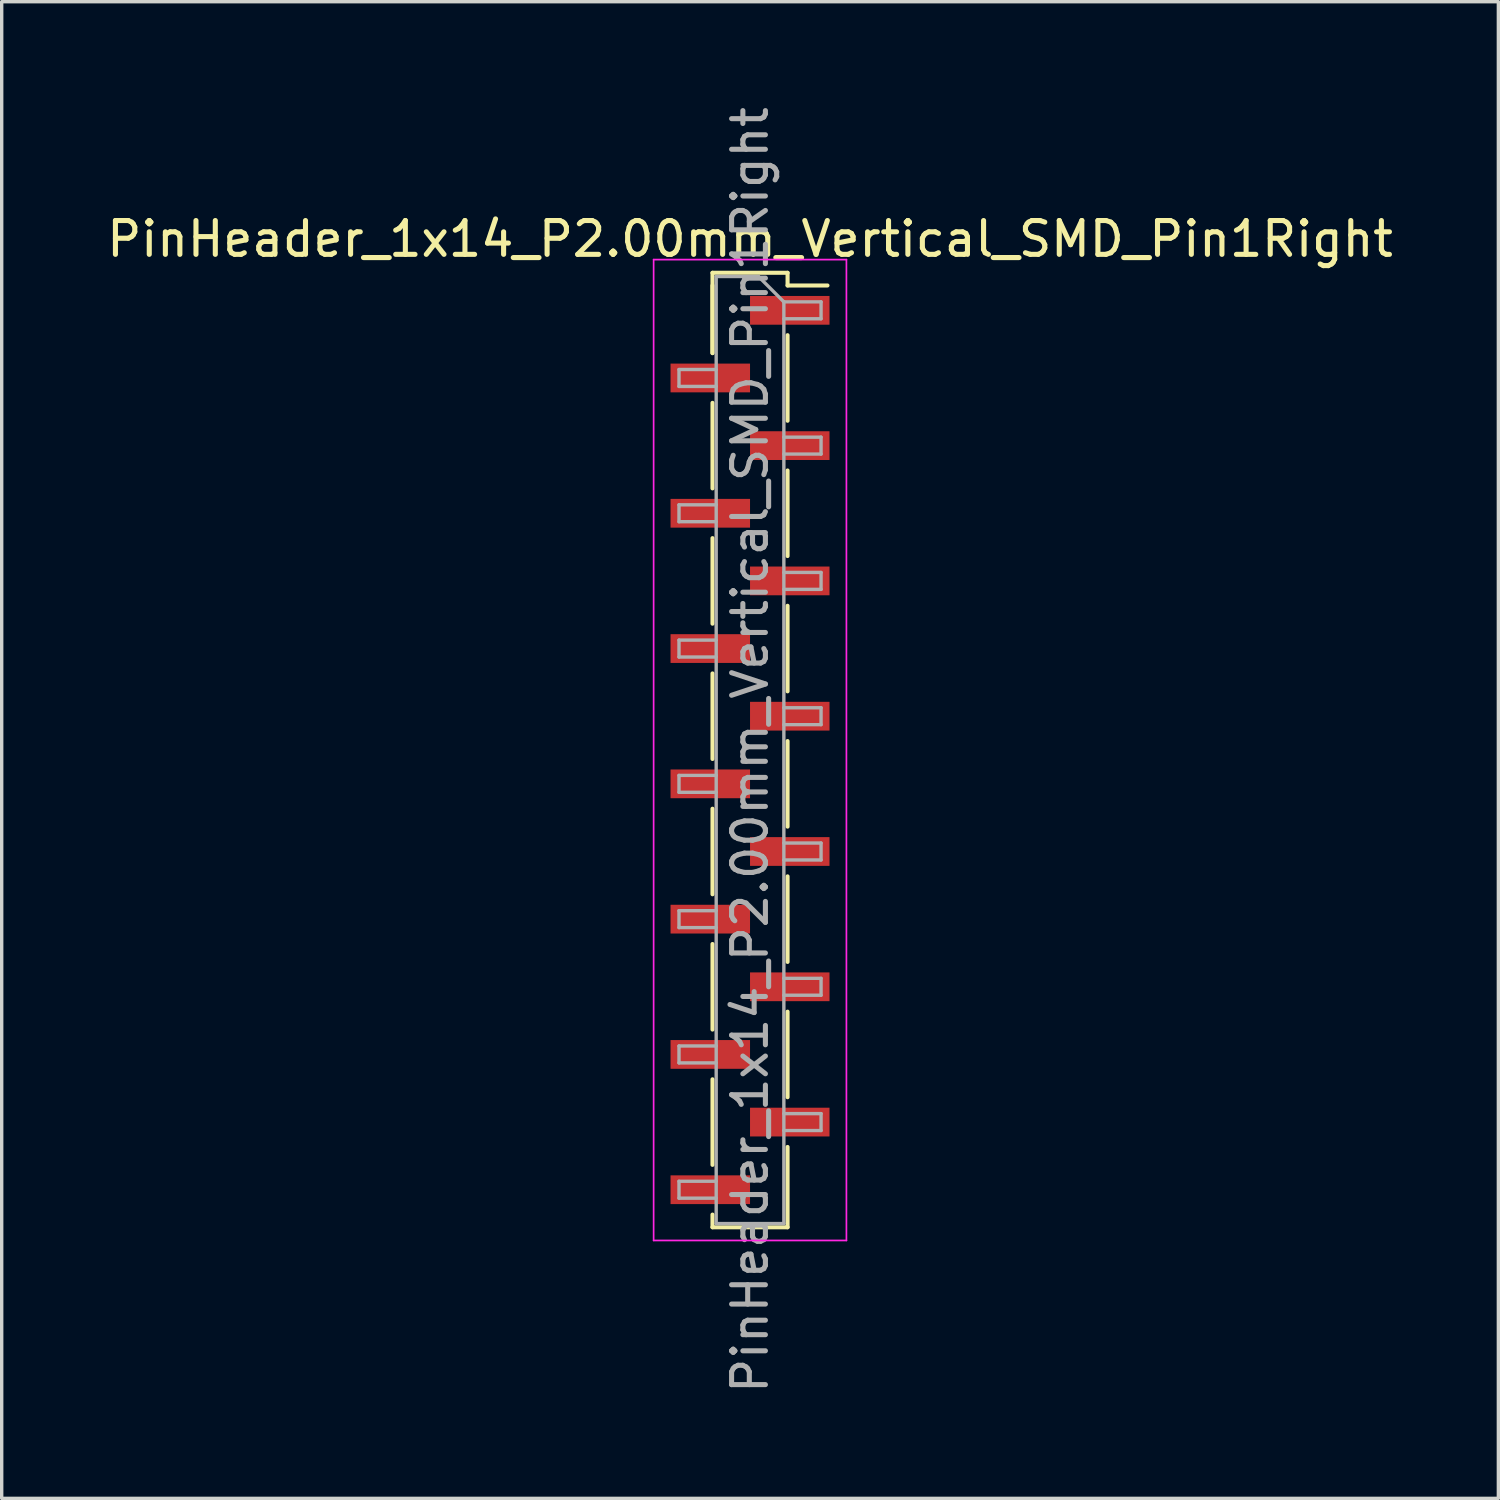
<source format=kicad_pcb>
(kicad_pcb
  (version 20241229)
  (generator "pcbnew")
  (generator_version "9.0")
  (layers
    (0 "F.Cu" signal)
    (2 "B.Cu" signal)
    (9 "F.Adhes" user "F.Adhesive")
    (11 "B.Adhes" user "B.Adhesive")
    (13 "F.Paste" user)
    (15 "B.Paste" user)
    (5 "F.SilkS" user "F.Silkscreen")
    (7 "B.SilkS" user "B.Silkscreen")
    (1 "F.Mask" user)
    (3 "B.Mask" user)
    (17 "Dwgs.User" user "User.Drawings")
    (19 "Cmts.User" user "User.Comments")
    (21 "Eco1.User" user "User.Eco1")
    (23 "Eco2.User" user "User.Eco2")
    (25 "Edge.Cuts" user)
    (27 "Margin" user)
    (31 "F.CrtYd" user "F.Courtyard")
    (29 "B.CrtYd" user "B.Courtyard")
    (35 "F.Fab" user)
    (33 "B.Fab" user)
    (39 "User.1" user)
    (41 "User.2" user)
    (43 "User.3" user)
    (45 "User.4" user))
  (footprint "PinHeader_1x14_P2.00mm_Vertical_SMD_Pin1Right"
    (layer "F.Cu")
    (at 19.125 19.125)
    (property "Reference" "PinHeader_1x14_P2.00mm_Vertical_SMD_Pin1Right" (at 0 -15.11 0) (layer "F.SilkS") (effects (font (size 1 1) (thickness 0.15))))
    (attr smd)
    (fp_line (start -1.11 -14.11) (end -1.11 -11.735) (stroke (width 0.12) (type solid)) (layer "F.SilkS"))
    (fp_line (start -1.11 -14.11) (end 1.11 -14.11) (stroke (width 0.12) (type solid)) (layer "F.SilkS"))
    (fp_line (start -1.11 -13.735) (end -1.11 -11.735) (stroke (width 0.12) (type solid)) (layer "F.SilkS"))
    (fp_line (start -1.11 -10.265) (end -1.11 -7.735) (stroke (width 0.12) (type solid)) (layer "F.SilkS"))
    (fp_line (start -1.11 -6.265) (end -1.11 -3.735) (stroke (width 0.12) (type solid)) (layer "F.SilkS"))
    (fp_line (start -1.11 -2.265) (end -1.11 0.265) (stroke (width 0.12) (type solid)) (layer "F.SilkS"))
    (fp_line (start -1.11 1.735) (end -1.11 4.265) (stroke (width 0.12) (type solid)) (layer "F.SilkS"))
    (fp_line (start -1.11 5.735) (end -1.11 8.265) (stroke (width 0.12) (type solid)) (layer "F.SilkS"))
    (fp_line (start -1.11 9.735) (end -1.11 12.265) (stroke (width 0.12) (type solid)) (layer "F.SilkS"))
    (fp_line (start -1.11 13.735) (end -1.11 14.11) (stroke (width 0.12) (type solid)) (layer "F.SilkS"))
    (fp_line (start -1.11 14.11) (end 1.11 14.11) (stroke (width 0.12) (type solid)) (layer "F.SilkS"))
    (fp_line (start 1.11 -14.11) (end 1.11 -13.735) (stroke (width 0.12) (type solid)) (layer "F.SilkS"))
    (fp_line (start 1.11 -13.735) (end 2.29 -13.735) (stroke (width 0.12) (type solid)) (layer "F.SilkS"))
    (fp_line (start 1.11 -12.265) (end 1.11 -9.735) (stroke (width 0.12) (type solid)) (layer "F.SilkS"))
    (fp_line (start 1.11 -8.265) (end 1.11 -5.735) (stroke (width 0.12) (type solid)) (layer "F.SilkS"))
    (fp_line (start 1.11 -4.265) (end 1.11 -1.735) (stroke (width 0.12) (type solid)) (layer "F.SilkS"))
    (fp_line (start 1.11 -0.265) (end 1.11 2.265) (stroke (width 0.12) (type solid)) (layer "F.SilkS"))
    (fp_line (start 1.11 3.735) (end 1.11 6.265) (stroke (width 0.12) (type solid)) (layer "F.SilkS"))
    (fp_line (start 1.11 7.735) (end 1.11 10.265) (stroke (width 0.12) (type solid)) (layer "F.SilkS"))
    (fp_line (start 1.11 11.735) (end 1.11 14.11) (stroke (width 0.12) (type solid)) (layer "F.SilkS"))
    (fp_line (start -2.85 -14.5) (end -2.85 14.5) (stroke (width 0.05) (type solid)) (layer "F.CrtYd"))
    (fp_line (start -2.85 14.5) (end 2.85 14.5) (stroke (width 0.05) (type solid)) (layer "F.CrtYd"))
    (fp_line (start 2.85 -14.5) (end -2.85 -14.5) (stroke (width 0.05) (type solid)) (layer "F.CrtYd"))
    (fp_line (start 2.85 14.5) (end 2.85 -14.5) (stroke (width 0.05) (type solid)) (layer "F.CrtYd"))
    (fp_line (start -2.1 -11.25) (end -2.1 -10.75) (stroke (width 0.1) (type solid)) (layer "F.Fab"))
    (fp_line (start -2.1 -10.75) (end -1 -10.75) (stroke (width 0.1) (type solid)) (layer "F.Fab"))
    (fp_line (start -2.1 -7.25) (end -2.1 -6.75) (stroke (width 0.1) (type solid)) (layer "F.Fab"))
    (fp_line (start -2.1 -6.75) (end -1 -6.75) (stroke (width 0.1) (type solid)) (layer "F.Fab"))
    (fp_line (start -2.1 -3.25) (end -2.1 -2.75) (stroke (width 0.1) (type solid)) (layer "F.Fab"))
    (fp_line (start -2.1 -2.75) (end -1 -2.75) (stroke (width 0.1) (type solid)) (layer "F.Fab"))
    (fp_line (start -2.1 0.75) (end -2.1 1.25) (stroke (width 0.1) (type solid)) (layer "F.Fab"))
    (fp_line (start -2.1 1.25) (end -1 1.25) (stroke (width 0.1) (type solid)) (layer "F.Fab"))
    (fp_line (start -2.1 4.75) (end -2.1 5.25) (stroke (width 0.1) (type solid)) (layer "F.Fab"))
    (fp_line (start -2.1 5.25) (end -1 5.25) (stroke (width 0.1) (type solid)) (layer "F.Fab"))
    (fp_line (start -2.1 8.75) (end -2.1 9.25) (stroke (width 0.1) (type solid)) (layer "F.Fab"))
    (fp_line (start -2.1 9.25) (end -1 9.25) (stroke (width 0.1) (type solid)) (layer "F.Fab"))
    (fp_line (start -2.1 12.75) (end -2.1 13.25) (stroke (width 0.1) (type solid)) (layer "F.Fab"))
    (fp_line (start -2.1 13.25) (end -1 13.25) (stroke (width 0.1) (type solid)) (layer "F.Fab"))
    (fp_line (start -1 -14) (end -1 14) (stroke (width 0.1) (type solid)) (layer "F.Fab"))
    (fp_line (start -1 -14) (end 0.25 -14) (stroke (width 0.1) (type solid)) (layer "F.Fab"))
    (fp_line (start -1 -11.25) (end -2.1 -11.25) (stroke (width 0.1) (type solid)) (layer "F.Fab"))
    (fp_line (start -1 -7.25) (end -2.1 -7.25) (stroke (width 0.1) (type solid)) (layer "F.Fab"))
    (fp_line (start -1 -3.25) (end -2.1 -3.25) (stroke (width 0.1) (type solid)) (layer "F.Fab"))
    (fp_line (start -1 0.75) (end -2.1 0.75) (stroke (width 0.1) (type solid)) (layer "F.Fab"))
    (fp_line (start -1 4.75) (end -2.1 4.75) (stroke (width 0.1) (type solid)) (layer "F.Fab"))
    (fp_line (start -1 8.75) (end -2.1 8.75) (stroke (width 0.1) (type solid)) (layer "F.Fab"))
    (fp_line (start -1 12.75) (end -2.1 12.75) (stroke (width 0.1) (type solid)) (layer "F.Fab"))
    (fp_line (start 1 -13.25) (end 0.25 -14) (stroke (width 0.1) (type solid)) (layer "F.Fab"))
    (fp_line (start 1 -13.25) (end 2.1 -13.25) (stroke (width 0.1) (type solid)) (layer "F.Fab"))
    (fp_line (start 1 -9.25) (end 2.1 -9.25) (stroke (width 0.1) (type solid)) (layer "F.Fab"))
    (fp_line (start 1 -5.25) (end 2.1 -5.25) (stroke (width 0.1) (type solid)) (layer "F.Fab"))
    (fp_line (start 1 -1.25) (end 2.1 -1.25) (stroke (width 0.1) (type solid)) (layer "F.Fab"))
    (fp_line (start 1 2.75) (end 2.1 2.75) (stroke (width 0.1) (type solid)) (layer "F.Fab"))
    (fp_line (start 1 6.75) (end 2.1 6.75) (stroke (width 0.1) (type solid)) (layer "F.Fab"))
    (fp_line (start 1 10.75) (end 2.1 10.75) (stroke (width 0.1) (type solid)) (layer "F.Fab"))
    (fp_line (start 1 14) (end -1 14) (stroke (width 0.1) (type solid)) (layer "F.Fab"))
    (fp_line (start 1 14) (end 1 -13.25) (stroke (width 0.1) (type solid)) (layer "F.Fab"))
    (fp_line (start 2.1 -13.25) (end 2.1 -12.75) (stroke (width 0.1) (type solid)) (layer "F.Fab"))
    (fp_line (start 2.1 -12.75) (end 1 -12.75) (stroke (width 0.1) (type solid)) (layer "F.Fab"))
    (fp_line (start 2.1 -9.25) (end 2.1 -8.75) (stroke (width 0.1) (type solid)) (layer "F.Fab"))
    (fp_line (start 2.1 -8.75) (end 1 -8.75) (stroke (width 0.1) (type solid)) (layer "F.Fab"))
    (fp_line (start 2.1 -5.25) (end 2.1 -4.75) (stroke (width 0.1) (type solid)) (layer "F.Fab"))
    (fp_line (start 2.1 -4.75) (end 1 -4.75) (stroke (width 0.1) (type solid)) (layer "F.Fab"))
    (fp_line (start 2.1 -1.25) (end 2.1 -0.75) (stroke (width 0.1) (type solid)) (layer "F.Fab"))
    (fp_line (start 2.1 -0.75) (end 1 -0.75) (stroke (width 0.1) (type solid)) (layer "F.Fab"))
    (fp_line (start 2.1 2.75) (end 2.1 3.25) (stroke (width 0.1) (type solid)) (layer "F.Fab"))
    (fp_line (start 2.1 3.25) (end 1 3.25) (stroke (width 0.1) (type solid)) (layer "F.Fab"))
    (fp_line (start 2.1 6.75) (end 2.1 7.25) (stroke (width 0.1) (type solid)) (layer "F.Fab"))
    (fp_line (start 2.1 7.25) (end 1 7.25) (stroke (width 0.1) (type solid)) (layer "F.Fab"))
    (fp_line (start 2.1 10.75) (end 2.1 11.25) (stroke (width 0.1) (type solid)) (layer "F.Fab"))
    (fp_line (start 2.1 11.25) (end 1 11.25) (stroke (width 0.1) (type solid)) (layer "F.Fab"))
    (fp_text user "${REFERENCE}" (at 0 0 90) (layer "F.Fab") (effects (font (size 1 1) (thickness 0.15))))
    (pad "1" smd rect (at 1.175 -13) (size 2.35 0.85) (layers "F.Cu" "F.Mask" "F.Paste"))
    (pad "2" smd rect (at -1.175 -11) (size 2.35 0.85) (layers "F.Cu" "F.Mask" "F.Paste"))
    (pad "3" smd rect (at 1.175 -9) (size 2.35 0.85) (layers "F.Cu" "F.Mask" "F.Paste"))
    (pad "4" smd rect (at -1.175 -7) (size 2.35 0.85) (layers "F.Cu" "F.Mask" "F.Paste"))
    (pad "5" smd rect (at 1.175 -5) (size 2.35 0.85) (layers "F.Cu" "F.Mask" "F.Paste"))
    (pad "6" smd rect (at -1.175 -3) (size 2.35 0.85) (layers "F.Cu" "F.Mask" "F.Paste"))
    (pad "7" smd rect (at 1.175 -1) (size 2.35 0.85) (layers "F.Cu" "F.Mask" "F.Paste"))
    (pad "8" smd rect (at -1.175 1) (size 2.35 0.85) (layers "F.Cu" "F.Mask" "F.Paste"))
    (pad "9" smd rect (at 1.175 3) (size 2.35 0.85) (layers "F.Cu" "F.Mask" "F.Paste"))
    (pad "10" smd rect (at -1.175 5) (size 2.35 0.85) (layers "F.Cu" "F.Mask" "F.Paste"))
    (pad "11" smd rect (at 1.175 7) (size 2.35 0.85) (layers "F.Cu" "F.Mask" "F.Paste"))
    (pad "12" smd rect (at -1.175 9) (size 2.35 0.85) (layers "F.Cu" "F.Mask" "F.Paste"))
    (pad "13" smd rect (at 1.175 11) (size 2.35 0.85) (layers "F.Cu" "F.Mask" "F.Paste"))
    (pad "14" smd rect (at -1.175 13) (size 2.35 0.85) (layers "F.Cu" "F.Mask" "F.Paste")))
  (gr_rect
    (start -3 -3)
    (end 41.25 41.25)
    (stroke (width 0.1) (type default))
    (fill no)
    (layer "Edge.Cuts")))
</source>
